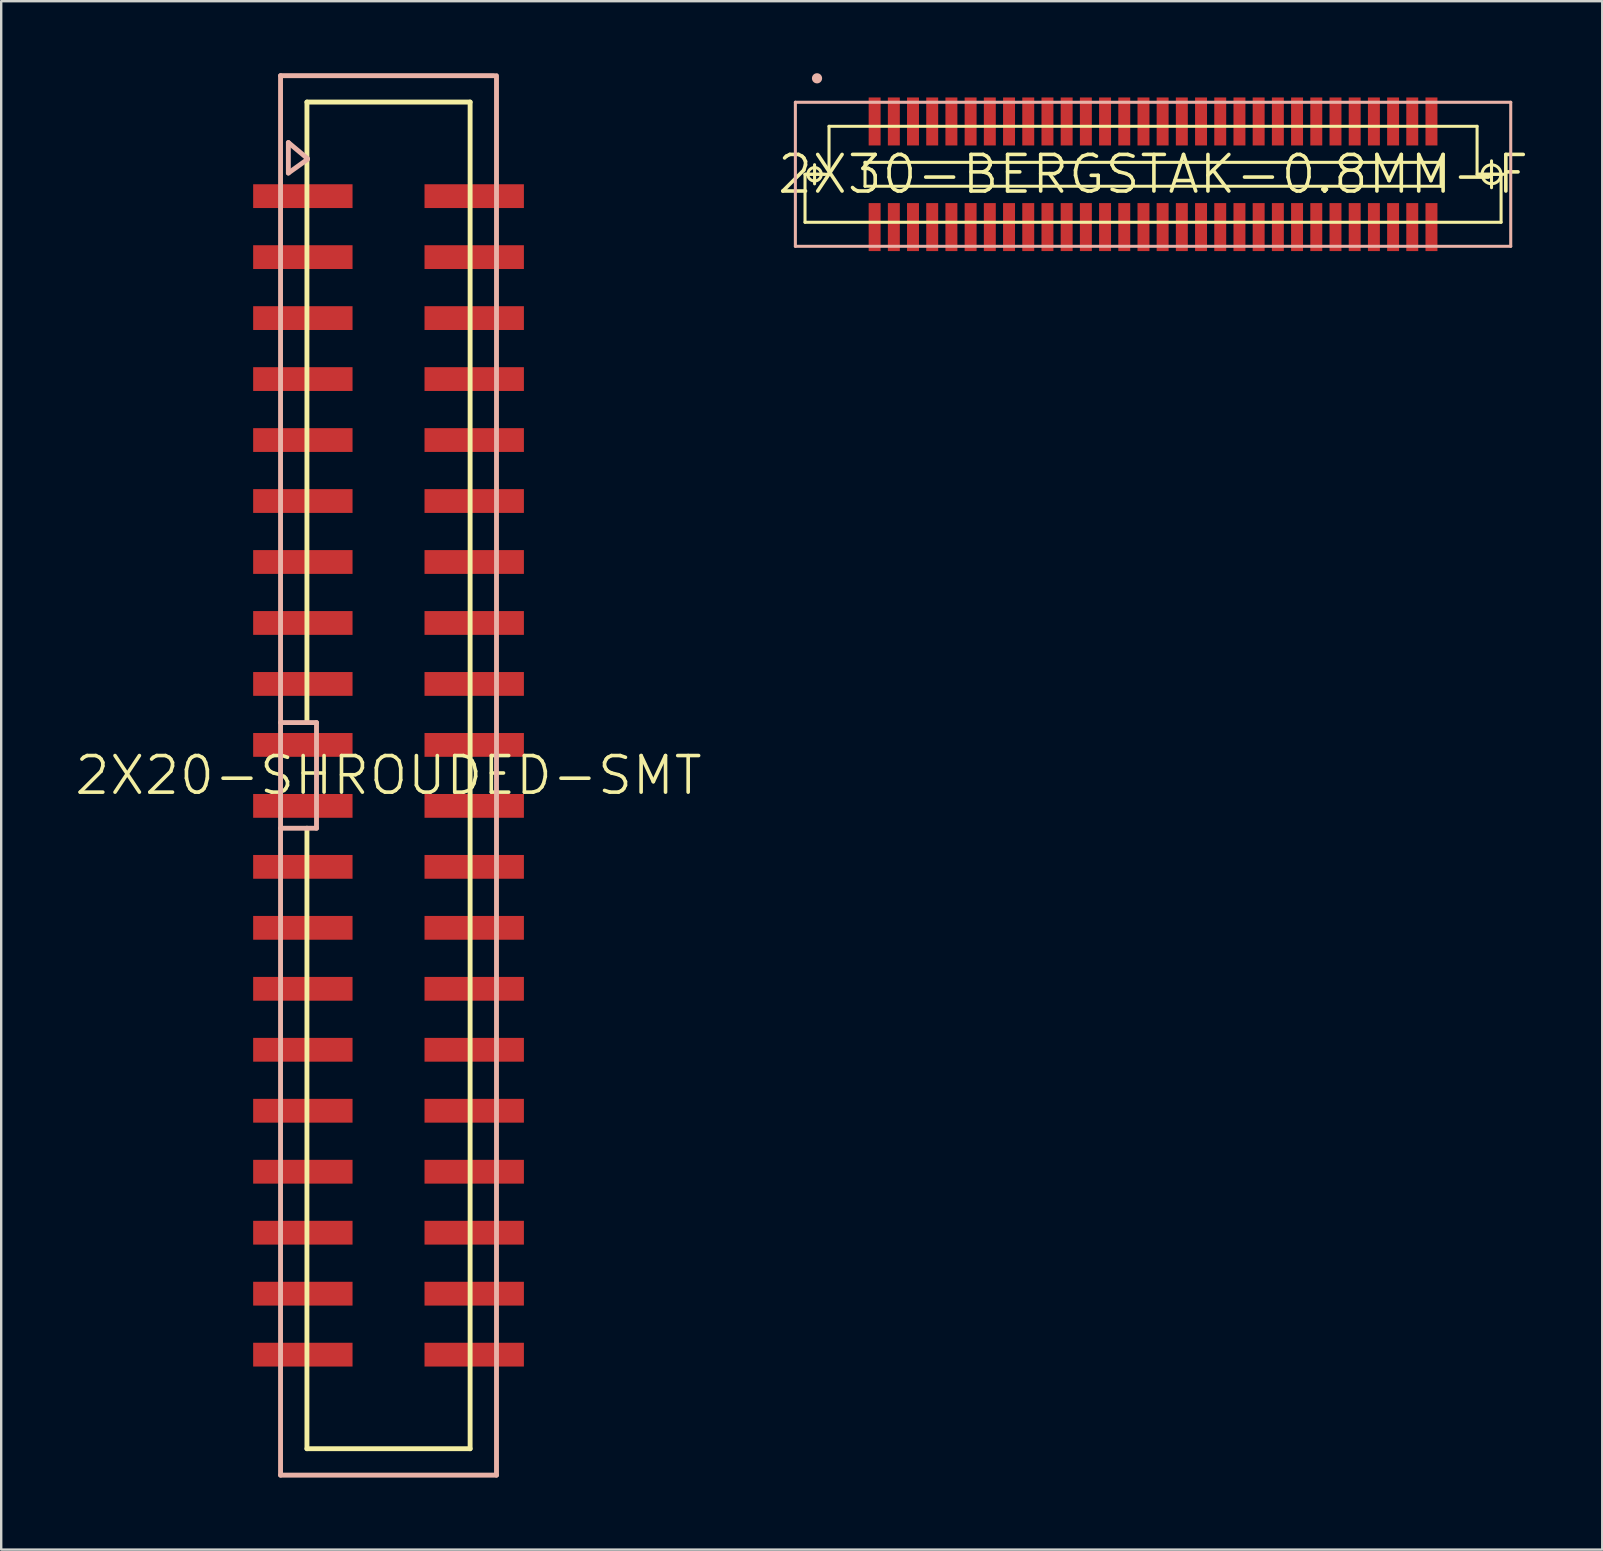
<source format=kicad_pcb>
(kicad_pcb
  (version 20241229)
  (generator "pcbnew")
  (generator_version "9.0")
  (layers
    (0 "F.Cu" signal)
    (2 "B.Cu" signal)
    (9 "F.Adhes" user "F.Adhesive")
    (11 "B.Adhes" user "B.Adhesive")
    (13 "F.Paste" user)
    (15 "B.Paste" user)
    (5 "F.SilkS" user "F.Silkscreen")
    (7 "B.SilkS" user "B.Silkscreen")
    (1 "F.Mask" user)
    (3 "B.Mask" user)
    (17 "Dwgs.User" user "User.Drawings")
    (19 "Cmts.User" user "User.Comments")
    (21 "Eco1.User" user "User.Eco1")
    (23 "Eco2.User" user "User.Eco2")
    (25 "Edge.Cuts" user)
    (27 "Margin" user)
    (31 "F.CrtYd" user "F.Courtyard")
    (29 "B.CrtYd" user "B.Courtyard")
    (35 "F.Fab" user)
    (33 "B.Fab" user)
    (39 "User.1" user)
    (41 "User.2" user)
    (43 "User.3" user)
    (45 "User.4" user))
  (footprint "2X20-SHROUDED-SMT"
    (layer "F.Cu")
    (at 13.135 29.251)
    (property "Reference" "2X20-SHROUDED-SMT" (at 0 0 0) (layer "F.SilkS") (effects (font (size 1.524 1.524) (thickness 0.15))))
    (attr smd)
    (fp_line (start -3.399 -28.049) (end -3.399 -2.2) (stroke (width 0.203) (type solid)) (layer "F.SilkS"))
    (fp_line (start -3.399 -28.049) (end 3.399 -28.049) (stroke (width 0.203) (type solid)) (layer "F.SilkS"))
    (fp_line (start -3.399 28.049) (end -3.399 2.2) (stroke (width 0.203) (type solid)) (layer "F.SilkS"))
    (fp_line (start -3.399 28.049) (end 3.399 28.049) (stroke (width 0.203) (type solid)) (layer "F.SilkS"))
    (fp_line (start 3.399 -28.049) (end 3.399 28.049) (stroke (width 0.203) (type solid)) (layer "F.SilkS"))
    (fp_line (start -4.498 -29.149) (end 4.399 -29.149) (stroke (width 0.203) (type solid)) (layer "B.SilkS"))
    (fp_line (start -4.498 -2.2) (end -3 -2.2) (stroke (width 0.203) (type solid)) (layer "B.SilkS"))
    (fp_line (start -4.498 29.149) (end -4.498 -29.149) (stroke (width 0.203) (type solid)) (layer "B.SilkS"))
    (fp_line (start -4.173 -26.363) (end -4.173 -25.093) (stroke (width 0.203) (type solid)) (layer "B.SilkS"))
    (fp_line (start -4.173 -26.363) (end -3.373 -25.695) (stroke (width 0.203) (type solid)) (layer "B.SilkS"))
    (fp_line (start -3.373 -25.664) (end -4.173 -25.093) (stroke (width 0.203) (type solid)) (layer "B.SilkS"))
    (fp_line (start -3 -2.2) (end -3 2.2) (stroke (width 0.203) (type solid)) (layer "B.SilkS"))
    (fp_line (start -3 2.2) (end -4.498 2.2) (stroke (width 0.203) (type solid)) (layer "B.SilkS"))
    (fp_line (start 4.498 -29.149) (end 4.498 29.149) (stroke (width 0.203) (type solid)) (layer "B.SilkS"))
    (fp_line (start 4.498 29.149) (end -4.498 29.149) (stroke (width 0.203) (type solid)) (layer "B.SilkS"))
    (pad "1" smd rect (at -3.569 -24.13) (size 4.14 0.991) (layers "F.Cu" "F.Mask" "F.Paste"))
    (pad "2" smd rect (at 3.569 -24.13) (size 4.14 0.991) (layers "F.Cu" "F.Mask" "F.Paste"))
    (pad "3" smd rect (at -3.569 -21.59) (size 4.14 0.991) (layers "F.Cu" "F.Mask" "F.Paste"))
    (pad "4" smd rect (at 3.569 -21.59) (size 4.14 0.991) (layers "F.Cu" "F.Mask" "F.Paste"))
    (pad "5" smd rect (at -3.569 -19.05) (size 4.14 0.991) (layers "F.Cu" "F.Mask" "F.Paste"))
    (pad "6" smd rect (at 3.569 -19.05) (size 4.14 0.991) (layers "F.Cu" "F.Mask" "F.Paste"))
    (pad "7" smd rect (at -3.569 -16.51) (size 4.14 0.991) (layers "F.Cu" "F.Mask" "F.Paste"))
    (pad "8" smd rect (at 3.569 -16.51) (size 4.14 0.991) (layers "F.Cu" "F.Mask" "F.Paste"))
    (pad "9" smd rect (at -3.569 -13.97) (size 4.14 0.991) (layers "F.Cu" "F.Mask" "F.Paste"))
    (pad "10" smd rect (at 3.569 -13.97) (size 4.14 0.991) (layers "F.Cu" "F.Mask" "F.Paste"))
    (pad "11" smd rect (at -3.569 -11.43) (size 4.14 0.991) (layers "F.Cu" "F.Mask" "F.Paste"))
    (pad "12" smd rect (at 3.569 -11.43) (size 4.14 0.991) (layers "F.Cu" "F.Mask" "F.Paste"))
    (pad "13" smd rect (at -3.569 -8.89) (size 4.14 0.991) (layers "F.Cu" "F.Mask" "F.Paste"))
    (pad "14" smd rect (at 3.569 -8.89) (size 4.14 0.991) (layers "F.Cu" "F.Mask" "F.Paste"))
    (pad "15" smd rect (at -3.569 -6.35) (size 4.14 0.991) (layers "F.Cu" "F.Mask" "F.Paste"))
    (pad "16" smd rect (at 3.569 -6.35) (size 4.14 0.991) (layers "F.Cu" "F.Mask" "F.Paste"))
    (pad "17" smd rect (at -3.569 -3.81) (size 4.14 0.991) (layers "F.Cu" "F.Mask" "F.Paste"))
    (pad "18" smd rect (at 3.569 -3.81) (size 4.14 0.991) (layers "F.Cu" "F.Mask" "F.Paste"))
    (pad "19" smd rect (at -3.569 -1.27) (size 4.14 0.991) (layers "F.Cu" "F.Mask" "F.Paste"))
    (pad "20" smd rect (at 3.569 -1.27) (size 4.14 0.991) (layers "F.Cu" "F.Mask" "F.Paste"))
    (pad "21" smd rect (at -3.569 1.27) (size 4.14 0.991) (layers "F.Cu" "F.Mask" "F.Paste"))
    (pad "22" smd rect (at 3.569 1.27) (size 4.14 0.991) (layers "F.Cu" "F.Mask" "F.Paste"))
    (pad "23" smd rect (at -3.569 3.81) (size 4.14 0.991) (layers "F.Cu" "F.Mask" "F.Paste"))
    (pad "24" smd rect (at 3.569 3.81) (size 4.14 0.991) (layers "F.Cu" "F.Mask" "F.Paste"))
    (pad "25" smd rect (at -3.569 6.35) (size 4.14 0.991) (layers "F.Cu" "F.Mask" "F.Paste"))
    (pad "26" smd rect (at 3.569 6.35) (size 4.14 0.991) (layers "F.Cu" "F.Mask" "F.Paste"))
    (pad "27" smd rect (at -3.569 8.89) (size 4.14 0.991) (layers "F.Cu" "F.Mask" "F.Paste"))
    (pad "28" smd rect (at 3.569 8.89) (size 4.14 0.991) (layers "F.Cu" "F.Mask" "F.Paste"))
    (pad "29" smd rect (at -3.569 11.43) (size 4.14 0.991) (layers "F.Cu" "F.Mask" "F.Paste"))
    (pad "30" smd rect (at 3.569 11.43) (size 4.14 0.991) (layers "F.Cu" "F.Mask" "F.Paste"))
    (pad "31" smd rect (at -3.569 13.97) (size 4.14 0.991) (layers "F.Cu" "F.Mask" "F.Paste"))
    (pad "32" smd rect (at 3.569 13.97) (size 4.14 0.991) (layers "F.Cu" "F.Mask" "F.Paste"))
    (pad "33" smd rect (at -3.569 16.51) (size 4.14 0.991) (layers "F.Cu" "F.Mask" "F.Paste"))
    (pad "34" smd rect (at 3.569 16.51) (size 4.14 0.991) (layers "F.Cu" "F.Mask" "F.Paste"))
    (pad "35" smd rect (at -3.569 19.05) (size 4.14 0.991) (layers "F.Cu" "F.Mask" "F.Paste"))
    (pad "36" smd rect (at 3.569 19.05) (size 4.14 0.991) (layers "F.Cu" "F.Mask" "F.Paste"))
    (pad "37" smd rect (at -3.569 21.59) (size 4.14 0.991) (layers "F.Cu" "F.Mask" "F.Paste"))
    (pad "38" smd rect (at 3.569 21.59) (size 4.14 0.991) (layers "F.Cu" "F.Mask" "F.Paste"))
    (pad "39" smd rect (at -3.569 24.13) (size 4.14 0.991) (layers "F.Cu" "F.Mask" "F.Paste"))
    (pad "40" smd rect (at 3.569 24.13) (size 4.14 0.991) (layers "F.Cu" "F.Mask" "F.Paste")))
  (footprint "2X30-BERGSTAK-0.8MM-F"
    (layer "F.Cu")
    (at 44.983 4.21)
    (property "Reference" "2X30-BERGSTAK-0.8MM-F" (at 0 0 0) (layer "F.SilkS") (effects (font (size 1.524 1.524) (thickness 0.15))))
    (attr smd)
    (fp_line (start -14.498 0) (end -13.698 0) (stroke (width 0.127) (type solid)) (layer "F.SilkS"))
    (fp_line (start -14.498 0) (end -13.498 0) (stroke (width 0.127) (type solid)) (layer "F.SilkS"))
    (fp_line (start -14.498 1.999) (end -14.498 0) (stroke (width 0.127) (type solid)) (layer "F.SilkS"))
    (fp_line (start -14.1 0.399) (end -14.1 -0.399) (stroke (width 0.127) (type solid)) (layer "F.SilkS"))
    (fp_line (start -13.498 -1.999) (end 13.498 -1.999) (stroke (width 0.127) (type solid)) (layer "F.SilkS"))
    (fp_line (start -13.498 0) (end -13.498 -1.999) (stroke (width 0.127) (type solid)) (layer "F.SilkS"))
    (fp_line (start -11.999 -0.498) (end 11.999 -0.498) (stroke (width 0.127) (type solid)) (layer "F.SilkS"))
    (fp_line (start -11.999 0.498) (end -11.999 -0.498) (stroke (width 0.127) (type solid)) (layer "F.SilkS"))
    (fp_line (start 11.999 -0.498) (end 11.999 0.498) (stroke (width 0.127) (type solid)) (layer "F.SilkS"))
    (fp_line (start 11.999 0.498) (end -11.999 0.498) (stroke (width 0.127) (type solid)) (layer "F.SilkS"))
    (fp_line (start 13.498 -1.999) (end 13.498 0) (stroke (width 0.127) (type solid)) (layer "F.SilkS"))
    (fp_line (start 13.498 0) (end 14.498 0) (stroke (width 0.127) (type solid)) (layer "F.SilkS"))
    (fp_line (start 13.538 0) (end 14.658 0) (stroke (width 0.127) (type solid)) (layer "F.SilkS"))
    (fp_line (start 14.1 0.559) (end 14.1 -0.559) (stroke (width 0.127) (type solid)) (layer "F.SilkS"))
    (fp_line (start 14.498 0) (end 14.498 1.999) (stroke (width 0.127) (type solid)) (layer "F.SilkS"))
    (fp_line (start 14.498 1.999) (end -14.498 1.999) (stroke (width 0.127) (type solid)) (layer "F.SilkS"))
    (fp_circle (center -14.1 0) (end -14.298 0.198) (stroke (width 0.127) (type solid)) (fill no) (layer "F.SilkS"))
    (fp_circle (center 14.1 0) (end 14.379 0.279) (stroke (width 0.127) (type solid)) (fill no) (layer "F.SilkS"))
    (fp_line (start -14.9 -3) (end 14.9 -3) (stroke (width 0.127) (type solid)) (layer "B.SilkS"))
    (fp_line (start -14.9 3) (end -14.9 -3) (stroke (width 0.127) (type solid)) (layer "B.SilkS"))
    (fp_line (start 14.9 -3) (end 14.9 3) (stroke (width 0.127) (type solid)) (layer "B.SilkS"))
    (fp_line (start 14.9 3) (end -14.9 3) (stroke (width 0.127) (type solid)) (layer "B.SilkS"))
    (fp_circle (center -13.998 -3.998) (end -14.148 -4.148) (stroke (width 0) (type solid)) (fill yes) (layer "B.SilkS"))
    (pad "1" smd rect (at -11.598 -2.2 90) (size 1.999 0.498) (layers "F.Cu" "F.Mask" "F.Paste"))
    (pad "2" smd rect (at -11.598 2.2 90) (size 1.999 0.498) (layers "F.Cu" "F.Mask" "F.Paste"))
    (pad "3" smd rect (at -10.798 -2.2 90) (size 1.999 0.498) (layers "F.Cu" "F.Mask" "F.Paste"))
    (pad "4" smd rect (at -10.798 2.2 90) (size 1.999 0.498) (layers "F.Cu" "F.Mask" "F.Paste"))
    (pad "5" smd rect (at -10 -2.2 90) (size 1.999 0.498) (layers "F.Cu" "F.Mask" "F.Paste"))
    (pad "6" smd rect (at -10 2.2 90) (size 1.999 0.498) (layers "F.Cu" "F.Mask" "F.Paste"))
    (pad "7" smd rect (at -9.2 -2.2 90) (size 1.999 0.498) (layers "F.Cu" "F.Mask" "F.Paste"))
    (pad "8" smd rect (at -9.2 2.2 90) (size 1.999 0.498) (layers "F.Cu" "F.Mask" "F.Paste"))
    (pad "9" smd rect (at -8.4 -2.2 90) (size 1.999 0.498) (layers "F.Cu" "F.Mask" "F.Paste"))
    (pad "10" smd rect (at -8.4 2.2 90) (size 1.999 0.498) (layers "F.Cu" "F.Mask" "F.Paste"))
    (pad "11" smd rect (at -7.6 -2.2 90) (size 1.999 0.498) (layers "F.Cu" "F.Mask" "F.Paste"))
    (pad "12" smd rect (at -7.6 2.2 90) (size 1.999 0.498) (layers "F.Cu" "F.Mask" "F.Paste"))
    (pad "13" smd rect (at -6.8 -2.2 90) (size 1.999 0.498) (layers "F.Cu" "F.Mask" "F.Paste"))
    (pad "14" smd rect (at -6.8 2.2 90) (size 1.999 0.498) (layers "F.Cu" "F.Mask" "F.Paste"))
    (pad "15" smd rect (at -5.999 -2.2 90) (size 1.999 0.498) (layers "F.Cu" "F.Mask" "F.Paste"))
    (pad "16" smd rect (at -5.999 2.2 90) (size 1.999 0.498) (layers "F.Cu" "F.Mask" "F.Paste"))
    (pad "17" smd rect (at -5.199 -2.2 90) (size 1.999 0.498) (layers "F.Cu" "F.Mask" "F.Paste"))
    (pad "18" smd rect (at -5.199 2.2 90) (size 1.999 0.498) (layers "F.Cu" "F.Mask" "F.Paste"))
    (pad "19" smd rect (at -4.399 -2.2 90) (size 1.999 0.498) (layers "F.Cu" "F.Mask" "F.Paste"))
    (pad "20" smd rect (at -4.399 2.2 90) (size 1.999 0.498) (layers "F.Cu" "F.Mask" "F.Paste"))
    (pad "21" smd rect (at -3.599 -2.2 90) (size 1.999 0.498) (layers "F.Cu" "F.Mask" "F.Paste"))
    (pad "22" smd rect (at -3.599 2.2 90) (size 1.999 0.498) (layers "F.Cu" "F.Mask" "F.Paste"))
    (pad "23" smd rect (at -2.799 -2.2 90) (size 1.999 0.498) (layers "F.Cu" "F.Mask" "F.Paste"))
    (pad "24" smd rect (at -2.799 2.2 90) (size 1.999 0.498) (layers "F.Cu" "F.Mask" "F.Paste"))
    (pad "25" smd rect (at -1.999 -2.2 90) (size 1.999 0.498) (layers "F.Cu" "F.Mask" "F.Paste"))
    (pad "26" smd rect (at -1.999 2.2 90) (size 1.999 0.498) (layers "F.Cu" "F.Mask" "F.Paste"))
    (pad "27" smd rect (at -1.199 -2.2 90) (size 1.999 0.498) (layers "F.Cu" "F.Mask" "F.Paste"))
    (pad "28" smd rect (at -1.199 2.2 90) (size 1.999 0.498) (layers "F.Cu" "F.Mask" "F.Paste"))
    (pad "29" smd rect (at -0.399 -2.2 90) (size 1.999 0.498) (layers "F.Cu" "F.Mask" "F.Paste"))
    (pad "30" smd rect (at -0.399 2.2 90) (size 1.999 0.498) (layers "F.Cu" "F.Mask" "F.Paste"))
    (pad "31" smd rect (at 0.399 -2.2 90) (size 1.999 0.498) (layers "F.Cu" "F.Mask" "F.Paste"))
    (pad "32" smd rect (at 0.399 2.2 90) (size 1.999 0.498) (layers "F.Cu" "F.Mask" "F.Paste"))
    (pad "33" smd rect (at 1.199 -2.2 90) (size 1.999 0.498) (layers "F.Cu" "F.Mask" "F.Paste"))
    (pad "34" smd rect (at 1.199 2.2 90) (size 1.999 0.498) (layers "F.Cu" "F.Mask" "F.Paste"))
    (pad "35" smd rect (at 1.999 -2.2 90) (size 1.999 0.498) (layers "F.Cu" "F.Mask" "F.Paste"))
    (pad "36" smd rect (at 1.999 2.2 90) (size 1.999 0.498) (layers "F.Cu" "F.Mask" "F.Paste"))
    (pad "37" smd rect (at 2.799 -2.2 90) (size 1.999 0.498) (layers "F.Cu" "F.Mask" "F.Paste"))
    (pad "38" smd rect (at 2.799 2.2 90) (size 1.999 0.498) (layers "F.Cu" "F.Mask" "F.Paste"))
    (pad "39" smd rect (at 3.599 -2.2 90) (size 1.999 0.498) (layers "F.Cu" "F.Mask" "F.Paste"))
    (pad "40" smd rect (at 3.599 2.2 90) (size 1.999 0.498) (layers "F.Cu" "F.Mask" "F.Paste"))
    (pad "41" smd rect (at 4.399 -2.2 90) (size 1.999 0.498) (layers "F.Cu" "F.Mask" "F.Paste"))
    (pad "42" smd rect (at 4.399 2.2 90) (size 1.999 0.498) (layers "F.Cu" "F.Mask" "F.Paste"))
    (pad "43" smd rect (at 5.199 -2.2 90) (size 1.999 0.498) (layers "F.Cu" "F.Mask" "F.Paste"))
    (pad "44" smd rect (at 5.199 2.2 90) (size 1.999 0.498) (layers "F.Cu" "F.Mask" "F.Paste"))
    (pad "45" smd rect (at 5.999 -2.2 90) (size 1.999 0.498) (layers "F.Cu" "F.Mask" "F.Paste"))
    (pad "46" smd rect (at 5.999 2.2 90) (size 1.999 0.498) (layers "F.Cu" "F.Mask" "F.Paste"))
    (pad "47" smd rect (at 6.8 -2.2 90) (size 1.999 0.498) (layers "F.Cu" "F.Mask" "F.Paste"))
    (pad "48" smd rect (at 6.8 2.2 90) (size 1.999 0.498) (layers "F.Cu" "F.Mask" "F.Paste"))
    (pad "49" smd rect (at 7.6 -2.2 90) (size 1.999 0.498) (layers "F.Cu" "F.Mask" "F.Paste"))
    (pad "50" smd rect (at 7.6 2.2 90) (size 1.999 0.498) (layers "F.Cu" "F.Mask" "F.Paste"))
    (pad "51" smd rect (at 8.4 -2.2 90) (size 1.999 0.498) (layers "F.Cu" "F.Mask" "F.Paste"))
    (pad "52" smd rect (at 8.4 2.2 90) (size 1.999 0.498) (layers "F.Cu" "F.Mask" "F.Paste"))
    (pad "53" smd rect (at 9.2 -2.2 90) (size 1.999 0.498) (layers "F.Cu" "F.Mask" "F.Paste"))
    (pad "54" smd rect (at 9.2 2.2 90) (size 1.999 0.498) (layers "F.Cu" "F.Mask" "F.Paste"))
    (pad "55" smd rect (at 10 -2.2 90) (size 1.999 0.498) (layers "F.Cu" "F.Mask" "F.Paste"))
    (pad "56" smd rect (at 10 2.2 90) (size 1.999 0.498) (layers "F.Cu" "F.Mask" "F.Paste"))
    (pad "57" smd rect (at 10.798 -2.2 90) (size 1.999 0.498) (layers "F.Cu" "F.Mask" "F.Paste"))
    (pad "58" smd rect (at 10.798 2.2 90) (size 1.999 0.498) (layers "F.Cu" "F.Mask" "F.Paste"))
    (pad "59" smd rect (at 11.598 -2.2 90) (size 1.999 0.498) (layers "F.Cu" "F.Mask" "F.Paste"))
    (pad "60" smd rect (at 11.598 2.2 90) (size 1.999 0.498) (layers "F.Cu" "F.Mask" "F.Paste")))
  (gr_rect
    (start -3 -3)
    (end 63.694 61.501)
    (stroke (width 0.1) (type default))
    (fill no)
    (layer "Edge.Cuts")))
</source>
